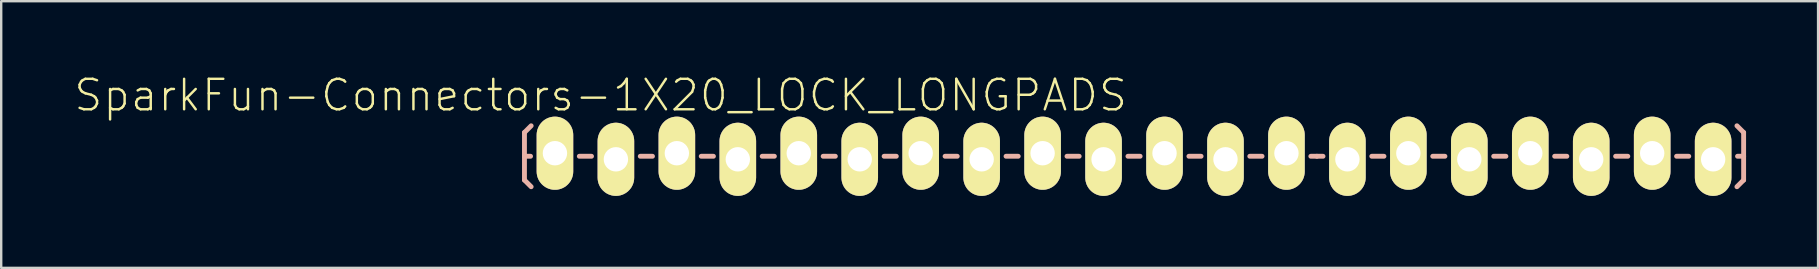
<source format=kicad_pcb>
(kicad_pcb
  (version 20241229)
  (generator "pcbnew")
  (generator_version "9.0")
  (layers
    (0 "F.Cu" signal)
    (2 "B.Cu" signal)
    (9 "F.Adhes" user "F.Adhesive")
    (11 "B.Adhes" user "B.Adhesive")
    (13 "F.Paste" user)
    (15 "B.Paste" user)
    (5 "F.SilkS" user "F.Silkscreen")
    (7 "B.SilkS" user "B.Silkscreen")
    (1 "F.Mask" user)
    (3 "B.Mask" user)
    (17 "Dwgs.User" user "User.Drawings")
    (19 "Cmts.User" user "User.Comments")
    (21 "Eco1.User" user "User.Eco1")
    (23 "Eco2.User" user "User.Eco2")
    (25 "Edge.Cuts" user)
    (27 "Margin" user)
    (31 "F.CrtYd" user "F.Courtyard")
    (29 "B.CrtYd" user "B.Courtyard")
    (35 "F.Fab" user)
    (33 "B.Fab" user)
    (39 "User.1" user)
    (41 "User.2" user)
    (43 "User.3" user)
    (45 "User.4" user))
  (footprint "SparkFun-Connectors-1X20_LOCK_LONGPADS"
    (layer "F.Cu")
    (at 20.073 3.461)
    (property "Reference" "SparkFun-Connectors-1X20_LOCK_LONGPADS" (at 1.905 -2.54 0) (layer "F.SilkS") (effects (font (size 1.27 1.27) (thickness 0.102))))
    (attr exclude_from_pos_files exclude_from_bom)
    (fp_line (start -0.292 -0.292) (end 0.292 -0.292) (stroke (width 0.066) (type solid)) (layer "F.SilkS"))
    (fp_line (start -0.292 0.292) (end -0.292 -0.292) (stroke (width 0.066) (type solid)) (layer "F.SilkS"))
    (fp_line (start -0.292 0.292) (end 0.292 0.292) (stroke (width 0.066) (type solid)) (layer "F.SilkS"))
    (fp_line (start 0.292 0.292) (end 0.292 -0.292) (stroke (width 0.066) (type solid)) (layer "F.SilkS"))
    (fp_line (start 2.248 -0.292) (end 2.832 -0.292) (stroke (width 0.066) (type solid)) (layer "F.SilkS"))
    (fp_line (start 2.248 0.292) (end 2.248 -0.292) (stroke (width 0.066) (type solid)) (layer "F.SilkS"))
    (fp_line (start 2.248 0.292) (end 2.832 0.292) (stroke (width 0.066) (type solid)) (layer "F.SilkS"))
    (fp_line (start 2.832 0.292) (end 2.832 -0.292) (stroke (width 0.066) (type solid)) (layer "F.SilkS"))
    (fp_line (start 4.788 -0.292) (end 5.372 -0.292) (stroke (width 0.066) (type solid)) (layer "F.SilkS"))
    (fp_line (start 4.788 0.292) (end 4.788 -0.292) (stroke (width 0.066) (type solid)) (layer "F.SilkS"))
    (fp_line (start 4.788 0.292) (end 5.372 0.292) (stroke (width 0.066) (type solid)) (layer "F.SilkS"))
    (fp_line (start 5.372 0.292) (end 5.372 -0.292) (stroke (width 0.066) (type solid)) (layer "F.SilkS"))
    (fp_line (start 7.328 -0.292) (end 7.912 -0.292) (stroke (width 0.066) (type solid)) (layer "F.SilkS"))
    (fp_line (start 7.328 0.292) (end 7.328 -0.292) (stroke (width 0.066) (type solid)) (layer "F.SilkS"))
    (fp_line (start 7.328 0.292) (end 7.912 0.292) (stroke (width 0.066) (type solid)) (layer "F.SilkS"))
    (fp_line (start 7.912 0.292) (end 7.912 -0.292) (stroke (width 0.066) (type solid)) (layer "F.SilkS"))
    (fp_line (start 9.868 -0.292) (end 10.452 -0.292) (stroke (width 0.066) (type solid)) (layer "F.SilkS"))
    (fp_line (start 9.868 0.292) (end 9.868 -0.292) (stroke (width 0.066) (type solid)) (layer "F.SilkS"))
    (fp_line (start 9.868 0.292) (end 10.452 0.292) (stroke (width 0.066) (type solid)) (layer "F.SilkS"))
    (fp_line (start 10.452 0.292) (end 10.452 -0.292) (stroke (width 0.066) (type solid)) (layer "F.SilkS"))
    (fp_line (start 12.408 -0.292) (end 12.992 -0.292) (stroke (width 0.066) (type solid)) (layer "F.SilkS"))
    (fp_line (start 12.408 0.292) (end 12.408 -0.292) (stroke (width 0.066) (type solid)) (layer "F.SilkS"))
    (fp_line (start 12.408 0.292) (end 12.992 0.292) (stroke (width 0.066) (type solid)) (layer "F.SilkS"))
    (fp_line (start 12.992 0.292) (end 12.992 -0.292) (stroke (width 0.066) (type solid)) (layer "F.SilkS"))
    (fp_line (start 14.948 -0.292) (end 15.532 -0.292) (stroke (width 0.066) (type solid)) (layer "F.SilkS"))
    (fp_line (start 14.948 0.292) (end 14.948 -0.292) (stroke (width 0.066) (type solid)) (layer "F.SilkS"))
    (fp_line (start 14.948 0.292) (end 15.532 0.292) (stroke (width 0.066) (type solid)) (layer "F.SilkS"))
    (fp_line (start 15.532 0.292) (end 15.532 -0.292) (stroke (width 0.066) (type solid)) (layer "F.SilkS"))
    (fp_line (start 17.488 -0.292) (end 18.072 -0.292) (stroke (width 0.066) (type solid)) (layer "F.SilkS"))
    (fp_line (start 17.488 0.292) (end 17.488 -0.292) (stroke (width 0.066) (type solid)) (layer "F.SilkS"))
    (fp_line (start 17.488 0.292) (end 18.072 0.292) (stroke (width 0.066) (type solid)) (layer "F.SilkS"))
    (fp_line (start 18.072 0.292) (end 18.072 -0.292) (stroke (width 0.066) (type solid)) (layer "F.SilkS"))
    (fp_line (start 20.028 -0.292) (end 20.612 -0.292) (stroke (width 0.066) (type solid)) (layer "F.SilkS"))
    (fp_line (start 20.028 0.292) (end 20.028 -0.292) (stroke (width 0.066) (type solid)) (layer "F.SilkS"))
    (fp_line (start 20.028 0.292) (end 20.612 0.292) (stroke (width 0.066) (type solid)) (layer "F.SilkS"))
    (fp_line (start 20.612 0.292) (end 20.612 -0.292) (stroke (width 0.066) (type solid)) (layer "F.SilkS"))
    (fp_line (start 22.568 -0.292) (end 23.152 -0.292) (stroke (width 0.066) (type solid)) (layer "F.SilkS"))
    (fp_line (start 22.568 0.292) (end 22.568 -0.292) (stroke (width 0.066) (type solid)) (layer "F.SilkS"))
    (fp_line (start 22.568 0.292) (end 23.152 0.292) (stroke (width 0.066) (type solid)) (layer "F.SilkS"))
    (fp_line (start 23.152 0.292) (end 23.152 -0.292) (stroke (width 0.066) (type solid)) (layer "F.SilkS"))
    (fp_line (start 25.108 -0.292) (end 25.692 -0.292) (stroke (width 0.066) (type solid)) (layer "F.SilkS"))
    (fp_line (start 25.108 0.292) (end 25.108 -0.292) (stroke (width 0.066) (type solid)) (layer "F.SilkS"))
    (fp_line (start 25.108 0.292) (end 25.692 0.292) (stroke (width 0.066) (type solid)) (layer "F.SilkS"))
    (fp_line (start 25.692 0.292) (end 25.692 -0.292) (stroke (width 0.066) (type solid)) (layer "F.SilkS"))
    (fp_line (start 27.648 -0.292) (end 28.232 -0.292) (stroke (width 0.066) (type solid)) (layer "F.SilkS"))
    (fp_line (start 27.648 0.292) (end 27.648 -0.292) (stroke (width 0.066) (type solid)) (layer "F.SilkS"))
    (fp_line (start 27.648 0.292) (end 28.232 0.292) (stroke (width 0.066) (type solid)) (layer "F.SilkS"))
    (fp_line (start 28.232 0.292) (end 28.232 -0.292) (stroke (width 0.066) (type solid)) (layer "F.SilkS"))
    (fp_line (start 30.185 -0.292) (end 30.772 -0.292) (stroke (width 0.066) (type solid)) (layer "F.SilkS"))
    (fp_line (start 30.185 0.292) (end 30.185 -0.292) (stroke (width 0.066) (type solid)) (layer "F.SilkS"))
    (fp_line (start 30.185 0.292) (end 30.772 0.292) (stroke (width 0.066) (type solid)) (layer "F.SilkS"))
    (fp_line (start 30.772 0.292) (end 30.772 -0.292) (stroke (width 0.066) (type solid)) (layer "F.SilkS"))
    (fp_line (start 32.728 -0.292) (end 33.312 -0.292) (stroke (width 0.066) (type solid)) (layer "F.SilkS"))
    (fp_line (start 32.728 0.292) (end 32.728 -0.292) (stroke (width 0.066) (type solid)) (layer "F.SilkS"))
    (fp_line (start 32.728 0.292) (end 33.312 0.292) (stroke (width 0.066) (type solid)) (layer "F.SilkS"))
    (fp_line (start 33.312 0.292) (end 33.312 -0.292) (stroke (width 0.066) (type solid)) (layer "F.SilkS"))
    (fp_line (start 35.268 -0.292) (end 35.852 -0.292) (stroke (width 0.066) (type solid)) (layer "F.SilkS"))
    (fp_line (start 35.268 0.292) (end 35.268 -0.292) (stroke (width 0.066) (type solid)) (layer "F.SilkS"))
    (fp_line (start 35.268 0.292) (end 35.852 0.292) (stroke (width 0.066) (type solid)) (layer "F.SilkS"))
    (fp_line (start 35.852 0.292) (end 35.852 -0.292) (stroke (width 0.066) (type solid)) (layer "F.SilkS"))
    (fp_line (start 37.808 -0.292) (end 38.392 -0.292) (stroke (width 0.066) (type solid)) (layer "F.SilkS"))
    (fp_line (start 37.808 0.292) (end 37.808 -0.292) (stroke (width 0.066) (type solid)) (layer "F.SilkS"))
    (fp_line (start 37.808 0.292) (end 38.392 0.292) (stroke (width 0.066) (type solid)) (layer "F.SilkS"))
    (fp_line (start 38.392 0.292) (end 38.392 -0.292) (stroke (width 0.066) (type solid)) (layer "F.SilkS"))
    (fp_line (start 40.348 -0.292) (end 40.932 -0.292) (stroke (width 0.066) (type solid)) (layer "F.SilkS"))
    (fp_line (start 40.348 0.292) (end 40.348 -0.292) (stroke (width 0.066) (type solid)) (layer "F.SilkS"))
    (fp_line (start 40.348 0.292) (end 40.932 0.292) (stroke (width 0.066) (type solid)) (layer "F.SilkS"))
    (fp_line (start 40.932 0.292) (end 40.932 -0.292) (stroke (width 0.066) (type solid)) (layer "F.SilkS"))
    (fp_line (start 42.888 -0.292) (end 43.472 -0.292) (stroke (width 0.066) (type solid)) (layer "F.SilkS"))
    (fp_line (start 42.888 0.292) (end 42.888 -0.292) (stroke (width 0.066) (type solid)) (layer "F.SilkS"))
    (fp_line (start 42.888 0.292) (end 43.472 0.292) (stroke (width 0.066) (type solid)) (layer "F.SilkS"))
    (fp_line (start 43.472 0.292) (end 43.472 -0.292) (stroke (width 0.066) (type solid)) (layer "F.SilkS"))
    (fp_line (start 45.428 -0.292) (end 46.012 -0.292) (stroke (width 0.066) (type solid)) (layer "F.SilkS"))
    (fp_line (start 45.428 0.292) (end 45.428 -0.292) (stroke (width 0.066) (type solid)) (layer "F.SilkS"))
    (fp_line (start 45.428 0.292) (end 46.012 0.292) (stroke (width 0.066) (type solid)) (layer "F.SilkS"))
    (fp_line (start 46.012 0.292) (end 46.012 -0.292) (stroke (width 0.066) (type solid)) (layer "F.SilkS"))
    (fp_line (start 47.968 -0.292) (end 48.552 -0.292) (stroke (width 0.066) (type solid)) (layer "F.SilkS"))
    (fp_line (start 47.968 0.292) (end 47.968 -0.292) (stroke (width 0.066) (type solid)) (layer "F.SilkS"))
    (fp_line (start 47.968 0.292) (end 48.552 0.292) (stroke (width 0.066) (type solid)) (layer "F.SilkS"))
    (fp_line (start 48.552 0.292) (end 48.552 -0.292) (stroke (width 0.066) (type solid)) (layer "F.SilkS"))
    (fp_line (start -1.27 -0.991) (end -0.991 -1.27) (stroke (width 0.203) (type solid)) (layer "B.SilkS"))
    (fp_line (start -1.27 0) (end -1.27 -0.991) (stroke (width 0.203) (type solid)) (layer "B.SilkS"))
    (fp_line (start -1.27 0) (end -1.27 0.991) (stroke (width 0.203) (type solid)) (layer "B.SilkS"))
    (fp_line (start -1.27 0) (end -1.016 0) (stroke (width 0.203) (type solid)) (layer "B.SilkS"))
    (fp_line (start -1.27 0.991) (end -0.991 1.27) (stroke (width 0.203) (type solid)) (layer "B.SilkS"))
    (fp_line (start 1.524 0) (end 1.016 0) (stroke (width 0.203) (type solid)) (layer "B.SilkS"))
    (fp_line (start 4.064 0) (end 3.556 0) (stroke (width 0.203) (type solid)) (layer "B.SilkS"))
    (fp_line (start 6.604 0) (end 6.096 0) (stroke (width 0.203) (type solid)) (layer "B.SilkS"))
    (fp_line (start 9.144 0) (end 8.636 0) (stroke (width 0.203) (type solid)) (layer "B.SilkS"))
    (fp_line (start 11.684 0) (end 11.176 0) (stroke (width 0.203) (type solid)) (layer "B.SilkS"))
    (fp_line (start 14.224 0) (end 13.716 0) (stroke (width 0.203) (type solid)) (layer "B.SilkS"))
    (fp_line (start 16.764 0) (end 16.256 0) (stroke (width 0.203) (type solid)) (layer "B.SilkS"))
    (fp_line (start 19.304 0) (end 18.796 0) (stroke (width 0.203) (type solid)) (layer "B.SilkS"))
    (fp_line (start 21.844 0) (end 21.336 0) (stroke (width 0.203) (type solid)) (layer "B.SilkS"))
    (fp_line (start 24.384 0) (end 23.876 0) (stroke (width 0.203) (type solid)) (layer "B.SilkS"))
    (fp_line (start 26.924 0) (end 26.416 0) (stroke (width 0.203) (type solid)) (layer "B.SilkS"))
    (fp_line (start 29.464 0) (end 28.953 0) (stroke (width 0.203) (type solid)) (layer "B.SilkS"))
    (fp_line (start 31.75 0) (end 31.496 0) (stroke (width 0.203) (type solid)) (layer "B.SilkS"))
    (fp_line (start 32.004 0) (end 31.75 0) (stroke (width 0.203) (type solid)) (layer "B.SilkS"))
    (fp_line (start 34.544 0) (end 34.036 0) (stroke (width 0.203) (type solid)) (layer "B.SilkS"))
    (fp_line (start 37.084 0) (end 36.576 0) (stroke (width 0.203) (type solid)) (layer "B.SilkS"))
    (fp_line (start 39.624 0) (end 39.116 0) (stroke (width 0.203) (type solid)) (layer "B.SilkS"))
    (fp_line (start 42.164 0) (end 41.656 0) (stroke (width 0.203) (type solid)) (layer "B.SilkS"))
    (fp_line (start 44.704 0) (end 44.196 0) (stroke (width 0.203) (type solid)) (layer "B.SilkS"))
    (fp_line (start 47.244 0) (end 46.736 0) (stroke (width 0.203) (type solid)) (layer "B.SilkS"))
    (fp_line (start 49.53 -0.991) (end 49.251 -1.27) (stroke (width 0.203) (type solid)) (layer "B.SilkS"))
    (fp_line (start 49.53 0) (end 49.276 0) (stroke (width 0.203) (type solid)) (layer "B.SilkS"))
    (fp_line (start 49.53 0) (end 49.53 -0.991) (stroke (width 0.203) (type solid)) (layer "B.SilkS"))
    (fp_line (start 49.53 0) (end 49.53 0.991) (stroke (width 0.203) (type solid)) (layer "B.SilkS"))
    (fp_line (start 49.53 0.991) (end 49.251 1.27) (stroke (width 0.203) (type solid)) (layer "B.SilkS"))
    (pad "1" thru_hole oval (at 0 -0.127 180) (size 1.524 3.048) (drill 1.016) (layers "*.Cu" "F.Mask" "F.SilkS" "F.Paste"))
    (pad "2" thru_hole oval (at 2.54 0.127 180) (size 1.524 3.048) (drill 1.016) (layers "*.Cu" "F.Mask" "F.SilkS" "F.Paste"))
    (pad "3" thru_hole oval (at 5.08 -0.127 180) (size 1.524 3.048) (drill 1.016) (layers "*.Cu" "F.Mask" "F.SilkS" "F.Paste"))
    (pad "4" thru_hole oval (at 7.62 0.127 180) (size 1.524 3.048) (drill 1.016) (layers "*.Cu" "F.Mask" "F.SilkS" "F.Paste"))
    (pad "5" thru_hole oval (at 10.16 -0.127 180) (size 1.524 3.048) (drill 1.016) (layers "*.Cu" "F.Mask" "F.SilkS" "F.Paste"))
    (pad "6" thru_hole oval (at 12.7 0.127 180) (size 1.524 3.048) (drill 1.016) (layers "*.Cu" "F.Mask" "F.SilkS" "F.Paste"))
    (pad "7" thru_hole oval (at 15.24 -0.127 180) (size 1.524 3.048) (drill 1.016) (layers "*.Cu" "F.Mask" "F.SilkS" "F.Paste"))
    (pad "8" thru_hole oval (at 17.78 0.127 180) (size 1.524 3.048) (drill 1.016) (layers "*.Cu" "F.Mask" "F.SilkS" "F.Paste"))
    (pad "9" thru_hole oval (at 20.32 -0.127 180) (size 1.524 3.048) (drill 1.016) (layers "*.Cu" "F.Mask" "F.SilkS" "F.Paste"))
    (pad "10" thru_hole oval (at 22.86 0.127 180) (size 1.524 3.048) (drill 1.016) (layers "*.Cu" "F.Mask" "F.SilkS" "F.Paste"))
    (pad "11" thru_hole oval (at 25.4 -0.127 180) (size 1.524 3.048) (drill 1.016) (layers "*.Cu" "F.Mask" "F.SilkS" "F.Paste"))
    (pad "12" thru_hole oval (at 27.94 0.127 180) (size 1.524 3.048) (drill 1.016) (layers "*.Cu" "F.Mask" "F.SilkS" "F.Paste"))
    (pad "13" thru_hole oval (at 30.48 -0.127 180) (size 1.524 3.048) (drill 1.016) (layers "*.Cu" "F.Mask" "F.SilkS" "F.Paste"))
    (pad "14" thru_hole oval (at 33.02 0.127 180) (size 1.524 3.048) (drill 1.016) (layers "*.Cu" "F.Mask" "F.SilkS" "F.Paste"))
    (pad "15" thru_hole oval (at 35.56 -0.127 180) (size 1.524 3.048) (drill 1.016) (layers "*.Cu" "F.Mask" "F.SilkS" "F.Paste"))
    (pad "16" thru_hole oval (at 38.1 0.127 180) (size 1.524 3.048) (drill 1.016) (layers "*.Cu" "F.Mask" "F.SilkS" "F.Paste"))
    (pad "17" thru_hole oval (at 40.64 -0.127 180) (size 1.524 3.048) (drill 1.016) (layers "*.Cu" "F.Mask" "F.SilkS" "F.Paste"))
    (pad "18" thru_hole oval (at 43.18 0.127 180) (size 1.524 3.048) (drill 1.016) (layers "*.Cu" "F.Mask" "F.SilkS" "F.Paste"))
    (pad "19" thru_hole oval (at 45.72 -0.127 180) (size 1.524 3.048) (drill 1.016) (layers "*.Cu" "F.Mask" "F.SilkS" "F.Paste"))
    (pad "20" thru_hole oval (at 48.26 0.127 180) (size 1.524 3.048) (drill 1.016) (layers "*.Cu" "F.Mask" "F.SilkS" "F.Paste")))
  (gr_rect
    (start -3 -3)
    (end 72.705 8.112)
    (stroke (width 0.1) (type default))
    (fill no)
    (layer "Edge.Cuts")))
</source>
